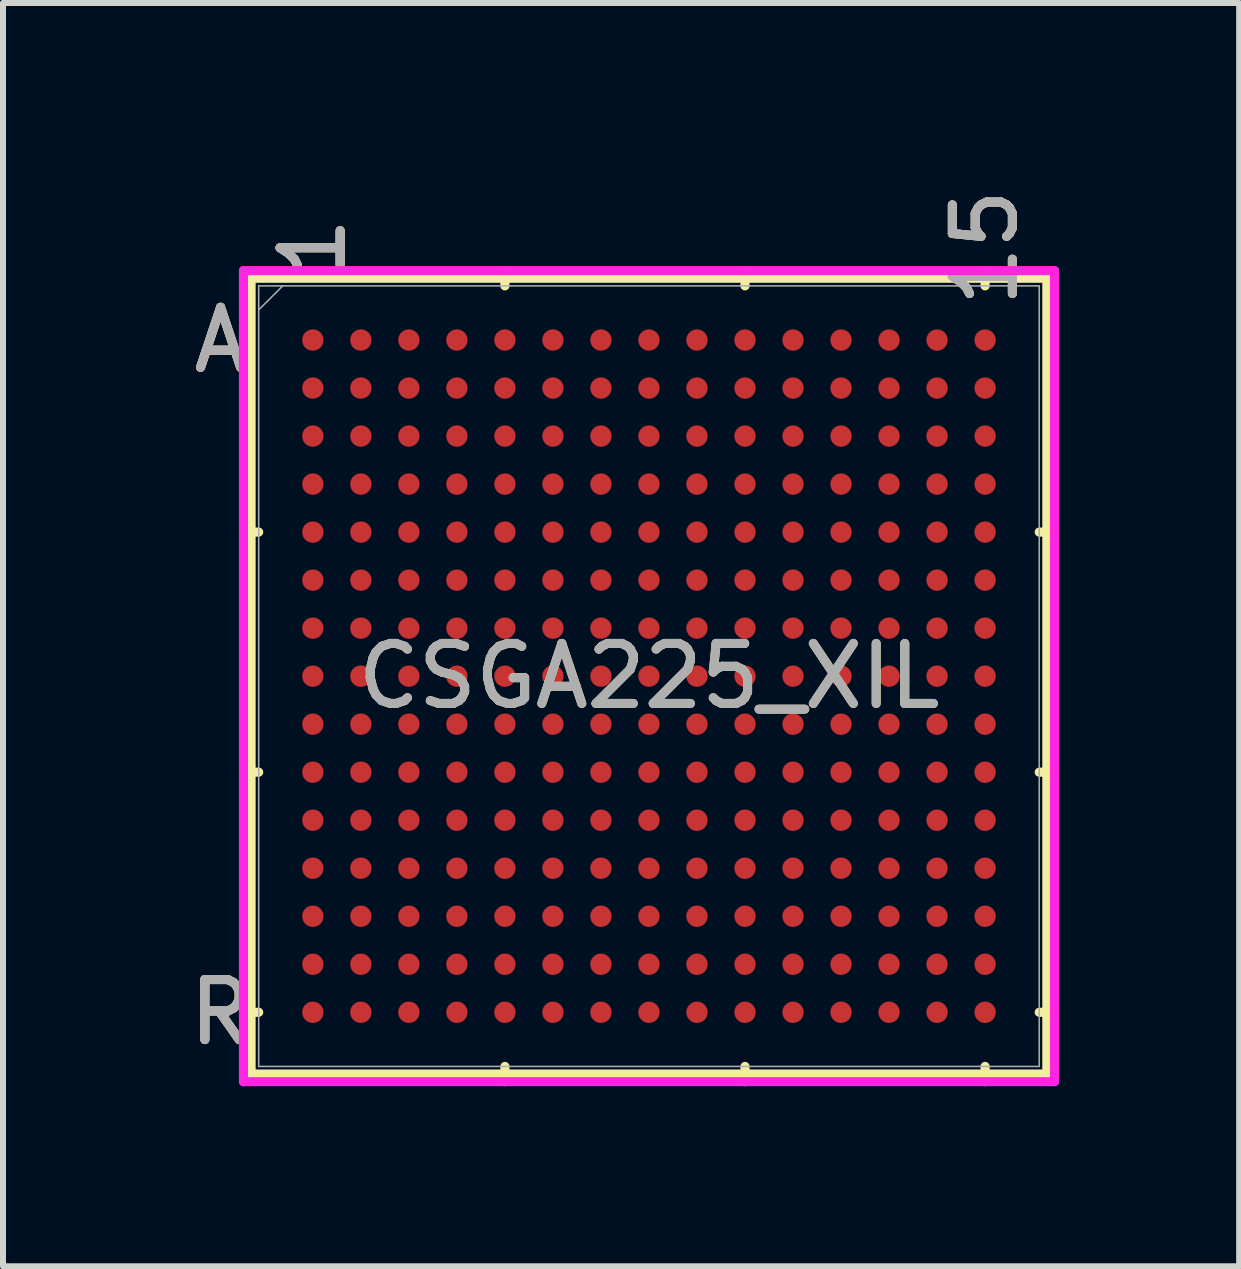
<source format=kicad_pcb>
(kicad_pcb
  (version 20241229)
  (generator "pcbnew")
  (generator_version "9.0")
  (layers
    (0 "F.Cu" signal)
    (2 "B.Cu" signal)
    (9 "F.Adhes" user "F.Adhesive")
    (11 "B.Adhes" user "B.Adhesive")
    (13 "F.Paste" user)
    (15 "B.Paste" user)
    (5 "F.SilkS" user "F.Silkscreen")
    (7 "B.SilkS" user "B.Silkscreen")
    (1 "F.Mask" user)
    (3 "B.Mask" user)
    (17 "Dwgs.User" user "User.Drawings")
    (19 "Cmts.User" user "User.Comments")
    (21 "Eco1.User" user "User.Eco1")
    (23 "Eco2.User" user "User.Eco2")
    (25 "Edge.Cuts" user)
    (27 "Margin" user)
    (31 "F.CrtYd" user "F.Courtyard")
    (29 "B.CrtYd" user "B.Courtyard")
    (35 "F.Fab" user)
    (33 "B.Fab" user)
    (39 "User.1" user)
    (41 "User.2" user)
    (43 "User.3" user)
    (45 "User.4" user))
  (footprint "CSGA225_XIL"
    (layer "F.Cu")
    (at 7.762 8.215)
    (property "Reference" "CSGA225_XIL" (at 0 0 0) (unlocked yes) (layer "F.SilkS") (effects (font (size 1 1) (thickness 0.15))))
    (attr smd)
    (fp_line (start -6.629 -6.629) (end -6.629 6.629) (stroke (width 0.152) (type solid)) (layer "F.SilkS"))
    (fp_line (start -6.629 6.629) (end 6.629 6.629) (stroke (width 0.152) (type solid)) (layer "F.SilkS"))
    (fp_line (start -6.502 -2.4) (end -6.756 -2.4) (stroke (width 0.152) (type solid)) (layer "F.SilkS"))
    (fp_line (start -6.502 1.6) (end -6.756 1.6) (stroke (width 0.152) (type solid)) (layer "F.SilkS"))
    (fp_line (start -6.502 5.6) (end -6.756 5.6) (stroke (width 0.152) (type solid)) (layer "F.SilkS"))
    (fp_line (start -2.4 -6.502) (end -2.4 -6.756) (stroke (width 0.152) (type solid)) (layer "F.SilkS"))
    (fp_line (start -2.4 6.502) (end -2.4 6.756) (stroke (width 0.152) (type solid)) (layer "F.SilkS"))
    (fp_line (start 1.6 -6.502) (end 1.6 -6.756) (stroke (width 0.152) (type solid)) (layer "F.SilkS"))
    (fp_line (start 1.6 6.502) (end 1.6 6.756) (stroke (width 0.152) (type solid)) (layer "F.SilkS"))
    (fp_line (start 5.6 -6.502) (end 5.6 -6.756) (stroke (width 0.152) (type solid)) (layer "F.SilkS"))
    (fp_line (start 5.6 6.502) (end 5.6 6.756) (stroke (width 0.152) (type solid)) (layer "F.SilkS"))
    (fp_line (start 6.502 -2.4) (end 6.756 -2.4) (stroke (width 0.152) (type solid)) (layer "F.SilkS"))
    (fp_line (start 6.502 1.6) (end 6.756 1.6) (stroke (width 0.152) (type solid)) (layer "F.SilkS"))
    (fp_line (start 6.502 5.6) (end 6.756 5.6) (stroke (width 0.152) (type solid)) (layer "F.SilkS"))
    (fp_line (start 6.629 -6.629) (end -6.629 -6.629) (stroke (width 0.152) (type solid)) (layer "F.SilkS"))
    (fp_line (start 6.629 6.629) (end 6.629 -6.629) (stroke (width 0.152) (type solid)) (layer "F.SilkS"))
    (fp_poly (pts (xy -6.444 -6.444) (xy 6.444 -6.444) (xy 6.444 6.444) (xy -6.444 6.444)) (stroke (width 0.1) (type solid)) (fill no) (layer "Eco2.User"))
    (fp_line (start -6.756 -6.756) (end 6.756 -6.756) (stroke (width 0.152) (type solid)) (layer "F.CrtYd"))
    (fp_line (start -6.756 6.756) (end -6.756 -6.756) (stroke (width 0.152) (type solid)) (layer "F.CrtYd"))
    (fp_line (start 6.756 -6.756) (end 6.756 6.756) (stroke (width 0.152) (type solid)) (layer "F.CrtYd"))
    (fp_line (start 6.756 6.756) (end -6.756 6.756) (stroke (width 0.152) (type solid)) (layer "F.CrtYd"))
    (fp_line (start -6.502 -6.502) (end -6.502 6.502) (stroke (width 0.025) (type solid)) (layer "F.Fab"))
    (fp_line (start -6.502 6.502) (end 6.502 6.502) (stroke (width 0.025) (type solid)) (layer "F.Fab"))
    (fp_line (start -6.102 -6.502) (end -6.502 -6.102) (stroke (width 0.025) (type solid)) (layer "F.Fab"))
    (fp_line (start 6.502 -6.502) (end -6.502 -6.502) (stroke (width 0.025) (type solid)) (layer "F.Fab"))
    (fp_line (start 6.502 6.502) (end 6.502 -6.502) (stroke (width 0.025) (type solid)) (layer "F.Fab"))
    (fp_text user "1" (at -5.6 -7.137 90) (unlocked yes) (layer "F.SilkS") (effects (font (size 1 1) (thickness 0.15))))
    (fp_text user "15" (at 5.6 -7.137 90) (unlocked yes) (layer "F.SilkS") (effects (font (size 1 1) (thickness 0.15))))
    (fp_text user "A" (at -7.137 -5.6 0) (unlocked yes) (layer "F.SilkS") (effects (font (size 1 1) (thickness 0.15))))
    (fp_text user "R" (at -7.137 5.6 0) (unlocked yes) (layer "F.SilkS") (effects (font (size 1 1) (thickness 0.15))))
    (fp_text user "1" (at -5.6 -7.137 90) (unlocked yes) (layer "B.SilkS") (effects (font (size 1 1) (thickness 0.15))))
    (fp_text user "15" (at 5.6 -7.137 90) (unlocked yes) (layer "B.SilkS") (effects (font (size 1 1) (thickness 0.15))))
    (fp_text user "A" (at -7.137 -5.6 0) (unlocked yes) (layer "B.SilkS") (effects (font (size 1 1) (thickness 0.15))))
    (fp_text user "R" (at -7.137 5.6 0) (unlocked yes) (layer "B.SilkS") (effects (font (size 1 1) (thickness 0.15))))
    (fp_text user "A" (at -7.137 -5.6 0) (unlocked yes) (layer "F.Fab") (effects (font (size 1 1) (thickness 0.15))))
    (fp_text user "R" (at -7.137 5.6 0) (unlocked yes) (layer "F.Fab") (effects (font (size 1 1) (thickness 0.15))))
    (fp_text user "${REFERENCE}" (at 0 0 0) (unlocked yes) (layer "F.Fab") (effects (font (size 1 1) (thickness 0.15))))
    (fp_text user "1" (at -5.6 -7.137 90) (unlocked yes) (layer "F.Fab") (effects (font (size 1 1) (thickness 0.15))))
    (fp_text user "15" (at 5.6 -7.137 90) (unlocked yes) (layer "F.Fab") (effects (font (size 1 1) (thickness 0.15))))
    (pad "A1" smd circle (at -5.6 -5.6) (size 0.356 0.356) (layers "F.Cu" "F.Mask" "F.Paste"))
    (pad "A2" smd circle (at -4.8 -5.6) (size 0.356 0.356) (layers "F.Cu" "F.Mask" "F.Paste"))
    (pad "A3" smd circle (at -4 -5.6) (size 0.356 0.356) (layers "F.Cu" "F.Mask" "F.Paste"))
    (pad "A4" smd circle (at -3.2 -5.6) (size 0.356 0.356) (layers "F.Cu" "F.Mask" "F.Paste"))
    (pad "A5" smd circle (at -2.4 -5.6) (size 0.356 0.356) (layers "F.Cu" "F.Mask" "F.Paste"))
    (pad "A6" smd circle (at -1.6 -5.6) (size 0.356 0.356) (layers "F.Cu" "F.Mask" "F.Paste"))
    (pad "A7" smd circle (at -0.8 -5.6) (size 0.356 0.356) (layers "F.Cu" "F.Mask" "F.Paste"))
    (pad "A8" smd circle (at 0 -5.6) (size 0.356 0.356) (layers "F.Cu" "F.Mask" "F.Paste"))
    (pad "A9" smd circle (at 0.8 -5.6) (size 0.356 0.356) (layers "F.Cu" "F.Mask" "F.Paste"))
    (pad "A10" smd circle (at 1.6 -5.6) (size 0.356 0.356) (layers "F.Cu" "F.Mask" "F.Paste"))
    (pad "A11" smd circle (at 2.4 -5.6) (size 0.356 0.356) (layers "F.Cu" "F.Mask" "F.Paste"))
    (pad "A12" smd circle (at 3.2 -5.6) (size 0.356 0.356) (layers "F.Cu" "F.Mask" "F.Paste"))
    (pad "A13" smd circle (at 4 -5.6) (size 0.356 0.356) (layers "F.Cu" "F.Mask" "F.Paste"))
    (pad "A14" smd circle (at 4.8 -5.6) (size 0.356 0.356) (layers "F.Cu" "F.Mask" "F.Paste"))
    (pad "A15" smd circle (at 5.6 -5.6) (size 0.356 0.356) (layers "F.Cu" "F.Mask" "F.Paste"))
    (pad "B1" smd circle (at -5.6 -4.8) (size 0.356 0.356) (layers "F.Cu" "F.Mask" "F.Paste"))
    (pad "B2" smd circle (at -4.8 -4.8) (size 0.356 0.356) (layers "F.Cu" "F.Mask" "F.Paste"))
    (pad "B3" smd circle (at -4 -4.8) (size 0.356 0.356) (layers "F.Cu" "F.Mask" "F.Paste"))
    (pad "B4" smd circle (at -3.2 -4.8) (size 0.356 0.356) (layers "F.Cu" "F.Mask" "F.Paste"))
    (pad "B5" smd circle (at -2.4 -4.8) (size 0.356 0.356) (layers "F.Cu" "F.Mask" "F.Paste"))
    (pad "B6" smd circle (at -1.6 -4.8) (size 0.356 0.356) (layers "F.Cu" "F.Mask" "F.Paste"))
    (pad "B7" smd circle (at -0.8 -4.8) (size 0.356 0.356) (layers "F.Cu" "F.Mask" "F.Paste"))
    (pad "B8" smd circle (at 0 -4.8) (size 0.356 0.356) (layers "F.Cu" "F.Mask" "F.Paste"))
    (pad "B9" smd circle (at 0.8 -4.8) (size 0.356 0.356) (layers "F.Cu" "F.Mask" "F.Paste"))
    (pad "B10" smd circle (at 1.6 -4.8) (size 0.356 0.356) (layers "F.Cu" "F.Mask" "F.Paste"))
    (pad "B11" smd circle (at 2.4 -4.8) (size 0.356 0.356) (layers "F.Cu" "F.Mask" "F.Paste"))
    (pad "B12" smd circle (at 3.2 -4.8) (size 0.356 0.356) (layers "F.Cu" "F.Mask" "F.Paste"))
    (pad "B13" smd circle (at 4 -4.8) (size 0.356 0.356) (layers "F.Cu" "F.Mask" "F.Paste"))
    (pad "B14" smd circle (at 4.8 -4.8) (size 0.356 0.356) (layers "F.Cu" "F.Mask" "F.Paste"))
    (pad "B15" smd circle (at 5.6 -4.8) (size 0.356 0.356) (layers "F.Cu" "F.Mask" "F.Paste"))
    (pad "C1" smd circle (at -5.6 -4) (size 0.356 0.356) (layers "F.Cu" "F.Mask" "F.Paste"))
    (pad "C2" smd circle (at -4.8 -4) (size 0.356 0.356) (layers "F.Cu" "F.Mask" "F.Paste"))
    (pad "C3" smd circle (at -4 -4) (size 0.356 0.356) (layers "F.Cu" "F.Mask" "F.Paste"))
    (pad "C4" smd circle (at -3.2 -4) (size 0.356 0.356) (layers "F.Cu" "F.Mask" "F.Paste"))
    (pad "C5" smd circle (at -2.4 -4) (size 0.356 0.356) (layers "F.Cu" "F.Mask" "F.Paste"))
    (pad "C6" smd circle (at -1.6 -4) (size 0.356 0.356) (layers "F.Cu" "F.Mask" "F.Paste"))
    (pad "C7" smd circle (at -0.8 -4) (size 0.356 0.356) (layers "F.Cu" "F.Mask" "F.Paste"))
    (pad "C8" smd circle (at 0 -4) (size 0.356 0.356) (layers "F.Cu" "F.Mask" "F.Paste"))
    (pad "C9" smd circle (at 0.8 -4) (size 0.356 0.356) (layers "F.Cu" "F.Mask" "F.Paste"))
    (pad "C10" smd circle (at 1.6 -4) (size 0.356 0.356) (layers "F.Cu" "F.Mask" "F.Paste"))
    (pad "C11" smd circle (at 2.4 -4) (size 0.356 0.356) (layers "F.Cu" "F.Mask" "F.Paste"))
    (pad "C12" smd circle (at 3.2 -4) (size 0.356 0.356) (layers "F.Cu" "F.Mask" "F.Paste"))
    (pad "C13" smd circle (at 4 -4) (size 0.356 0.356) (layers "F.Cu" "F.Mask" "F.Paste"))
    (pad "C14" smd circle (at 4.8 -4) (size 0.356 0.356) (layers "F.Cu" "F.Mask" "F.Paste"))
    (pad "C15" smd circle (at 5.6 -4) (size 0.356 0.356) (layers "F.Cu" "F.Mask" "F.Paste"))
    (pad "D1" smd circle (at -5.6 -3.2) (size 0.356 0.356) (layers "F.Cu" "F.Mask" "F.Paste"))
    (pad "D2" smd circle (at -4.8 -3.2) (size 0.356 0.356) (layers "F.Cu" "F.Mask" "F.Paste"))
    (pad "D3" smd circle (at -4 -3.2) (size 0.356 0.356) (layers "F.Cu" "F.Mask" "F.Paste"))
    (pad "D4" smd circle (at -3.2 -3.2) (size 0.356 0.356) (layers "F.Cu" "F.Mask" "F.Paste"))
    (pad "D5" smd circle (at -2.4 -3.2) (size 0.356 0.356) (layers "F.Cu" "F.Mask" "F.Paste"))
    (pad "D6" smd circle (at -1.6 -3.2) (size 0.356 0.356) (layers "F.Cu" "F.Mask" "F.Paste"))
    (pad "D7" smd circle (at -0.8 -3.2) (size 0.356 0.356) (layers "F.Cu" "F.Mask" "F.Paste"))
    (pad "D8" smd circle (at 0 -3.2) (size 0.356 0.356) (layers "F.Cu" "F.Mask" "F.Paste"))
    (pad "D9" smd circle (at 0.8 -3.2) (size 0.356 0.356) (layers "F.Cu" "F.Mask" "F.Paste"))
    (pad "D10" smd circle (at 1.6 -3.2) (size 0.356 0.356) (layers "F.Cu" "F.Mask" "F.Paste"))
    (pad "D11" smd circle (at 2.4 -3.2) (size 0.356 0.356) (layers "F.Cu" "F.Mask" "F.Paste"))
    (pad "D12" smd circle (at 3.2 -3.2) (size 0.356 0.356) (layers "F.Cu" "F.Mask" "F.Paste"))
    (pad "D13" smd circle (at 4 -3.2) (size 0.356 0.356) (layers "F.Cu" "F.Mask" "F.Paste"))
    (pad "D14" smd circle (at 4.8 -3.2) (size 0.356 0.356) (layers "F.Cu" "F.Mask" "F.Paste"))
    (pad "D15" smd circle (at 5.6 -3.2) (size 0.356 0.356) (layers "F.Cu" "F.Mask" "F.Paste"))
    (pad "E1" smd circle (at -5.6 -2.4) (size 0.356 0.356) (layers "F.Cu" "F.Mask" "F.Paste"))
    (pad "E2" smd circle (at -4.8 -2.4) (size 0.356 0.356) (layers "F.Cu" "F.Mask" "F.Paste"))
    (pad "E3" smd circle (at -4 -2.4) (size 0.356 0.356) (layers "F.Cu" "F.Mask" "F.Paste"))
    (pad "E4" smd circle (at -3.2 -2.4) (size 0.356 0.356) (layers "F.Cu" "F.Mask" "F.Paste"))
    (pad "E5" smd circle (at -2.4 -2.4) (size 0.356 0.356) (layers "F.Cu" "F.Mask" "F.Paste"))
    (pad "E6" smd circle (at -1.6 -2.4) (size 0.356 0.356) (layers "F.Cu" "F.Mask" "F.Paste"))
    (pad "E7" smd circle (at -0.8 -2.4) (size 0.356 0.356) (layers "F.Cu" "F.Mask" "F.Paste"))
    (pad "E8" smd circle (at 0 -2.4) (size 0.356 0.356) (layers "F.Cu" "F.Mask" "F.Paste"))
    (pad "E9" smd circle (at 0.8 -2.4) (size 0.356 0.356) (layers "F.Cu" "F.Mask" "F.Paste"))
    (pad "E10" smd circle (at 1.6 -2.4) (size 0.356 0.356) (layers "F.Cu" "F.Mask" "F.Paste"))
    (pad "E11" smd circle (at 2.4 -2.4) (size 0.356 0.356) (layers "F.Cu" "F.Mask" "F.Paste"))
    (pad "E12" smd circle (at 3.2 -2.4) (size 0.356 0.356) (layers "F.Cu" "F.Mask" "F.Paste"))
    (pad "E13" smd circle (at 4 -2.4) (size 0.356 0.356) (layers "F.Cu" "F.Mask" "F.Paste"))
    (pad "E14" smd circle (at 4.8 -2.4) (size 0.356 0.356) (layers "F.Cu" "F.Mask" "F.Paste"))
    (pad "E15" smd circle (at 5.6 -2.4) (size 0.356 0.356) (layers "F.Cu" "F.Mask" "F.Paste"))
    (pad "F1" smd circle (at -5.6 -1.6) (size 0.356 0.356) (layers "F.Cu" "F.Mask" "F.Paste"))
    (pad "F2" smd circle (at -4.8 -1.6) (size 0.356 0.356) (layers "F.Cu" "F.Mask" "F.Paste"))
    (pad "F3" smd circle (at -4 -1.6) (size 0.356 0.356) (layers "F.Cu" "F.Mask" "F.Paste"))
    (pad "F4" smd circle (at -3.2 -1.6) (size 0.356 0.356) (layers "F.Cu" "F.Mask" "F.Paste"))
    (pad "F5" smd circle (at -2.4 -1.6) (size 0.356 0.356) (layers "F.Cu" "F.Mask" "F.Paste"))
    (pad "F6" smd circle (at -1.6 -1.6) (size 0.356 0.356) (layers "F.Cu" "F.Mask" "F.Paste"))
    (pad "F7" smd circle (at -0.8 -1.6) (size 0.356 0.356) (layers "F.Cu" "F.Mask" "F.Paste"))
    (pad "F8" smd circle (at 0 -1.6) (size 0.356 0.356) (layers "F.Cu" "F.Mask" "F.Paste"))
    (pad "F9" smd circle (at 0.8 -1.6) (size 0.356 0.356) (layers "F.Cu" "F.Mask" "F.Paste"))
    (pad "F10" smd circle (at 1.6 -1.6) (size 0.356 0.356) (layers "F.Cu" "F.Mask" "F.Paste"))
    (pad "F11" smd circle (at 2.4 -1.6) (size 0.356 0.356) (layers "F.Cu" "F.Mask" "F.Paste"))
    (pad "F12" smd circle (at 3.2 -1.6) (size 0.356 0.356) (layers "F.Cu" "F.Mask" "F.Paste"))
    (pad "F13" smd circle (at 4 -1.6) (size 0.356 0.356) (layers "F.Cu" "F.Mask" "F.Paste"))
    (pad "F14" smd circle (at 4.8 -1.6) (size 0.356 0.356) (layers "F.Cu" "F.Mask" "F.Paste"))
    (pad "F15" smd circle (at 5.6 -1.6) (size 0.356 0.356) (layers "F.Cu" "F.Mask" "F.Paste"))
    (pad "G1" smd circle (at -5.6 -0.8) (size 0.356 0.356) (layers "F.Cu" "F.Mask" "F.Paste"))
    (pad "G2" smd circle (at -4.8 -0.8) (size 0.356 0.356) (layers "F.Cu" "F.Mask" "F.Paste"))
    (pad "G3" smd circle (at -4 -0.8) (size 0.356 0.356) (layers "F.Cu" "F.Mask" "F.Paste"))
    (pad "G4" smd circle (at -3.2 -0.8) (size 0.356 0.356) (layers "F.Cu" "F.Mask" "F.Paste"))
    (pad "G5" smd circle (at -2.4 -0.8) (size 0.356 0.356) (layers "F.Cu" "F.Mask" "F.Paste"))
    (pad "G6" smd circle (at -1.6 -0.8) (size 0.356 0.356) (layers "F.Cu" "F.Mask" "F.Paste"))
    (pad "G7" smd circle (at -0.8 -0.8) (size 0.356 0.356) (layers "F.Cu" "F.Mask" "F.Paste"))
    (pad "G8" smd circle (at 0 -0.8) (size 0.356 0.356) (layers "F.Cu" "F.Mask" "F.Paste"))
    (pad "G9" smd circle (at 0.8 -0.8) (size 0.356 0.356) (layers "F.Cu" "F.Mask" "F.Paste"))
    (pad "G10" smd circle (at 1.6 -0.8) (size 0.356 0.356) (layers "F.Cu" "F.Mask" "F.Paste"))
    (pad "G11" smd circle (at 2.4 -0.8) (size 0.356 0.356) (layers "F.Cu" "F.Mask" "F.Paste"))
    (pad "G12" smd circle (at 3.2 -0.8) (size 0.356 0.356) (layers "F.Cu" "F.Mask" "F.Paste"))
    (pad "G13" smd circle (at 4 -0.8) (size 0.356 0.356) (layers "F.Cu" "F.Mask" "F.Paste"))
    (pad "G14" smd circle (at 4.8 -0.8) (size 0.356 0.356) (layers "F.Cu" "F.Mask" "F.Paste"))
    (pad "G15" smd circle (at 5.6 -0.8) (size 0.356 0.356) (layers "F.Cu" "F.Mask" "F.Paste"))
    (pad "H1" smd circle (at -5.6 0) (size 0.356 0.356) (layers "F.Cu" "F.Mask" "F.Paste"))
    (pad "H2" smd circle (at -4.8 0) (size 0.356 0.356) (layers "F.Cu" "F.Mask" "F.Paste"))
    (pad "H3" smd circle (at -4 0) (size 0.356 0.356) (layers "F.Cu" "F.Mask" "F.Paste"))
    (pad "H4" smd circle (at -3.2 0) (size 0.356 0.356) (layers "F.Cu" "F.Mask" "F.Paste"))
    (pad "H5" smd circle (at -2.4 0) (size 0.356 0.356) (layers "F.Cu" "F.Mask" "F.Paste"))
    (pad "H6" smd circle (at -1.6 0) (size 0.356 0.356) (layers "F.Cu" "F.Mask" "F.Paste"))
    (pad "H7" smd circle (at -0.8 0) (size 0.356 0.356) (layers "F.Cu" "F.Mask" "F.Paste"))
    (pad "H8" smd circle (at 0 0) (size 0.356 0.356) (layers "F.Cu" "F.Mask" "F.Paste"))
    (pad "H9" smd circle (at 0.8 0) (size 0.356 0.356) (layers "F.Cu" "F.Mask" "F.Paste"))
    (pad "H10" smd circle (at 1.6 0) (size 0.356 0.356) (layers "F.Cu" "F.Mask" "F.Paste"))
    (pad "H11" smd circle (at 2.4 0) (size 0.356 0.356) (layers "F.Cu" "F.Mask" "F.Paste"))
    (pad "H12" smd circle (at 3.2 0) (size 0.356 0.356) (layers "F.Cu" "F.Mask" "F.Paste"))
    (pad "H13" smd circle (at 4 0) (size 0.356 0.356) (layers "F.Cu" "F.Mask" "F.Paste"))
    (pad "H14" smd circle (at 4.8 0) (size 0.356 0.356) (layers "F.Cu" "F.Mask" "F.Paste"))
    (pad "H15" smd circle (at 5.6 0) (size 0.356 0.356) (layers "F.Cu" "F.Mask" "F.Paste"))
    (pad "J1" smd circle (at -5.6 0.8) (size 0.356 0.356) (layers "F.Cu" "F.Mask" "F.Paste"))
    (pad "J2" smd circle (at -4.8 0.8) (size 0.356 0.356) (layers "F.Cu" "F.Mask" "F.Paste"))
    (pad "J3" smd circle (at -4 0.8) (size 0.356 0.356) (layers "F.Cu" "F.Mask" "F.Paste"))
    (pad "J4" smd circle (at -3.2 0.8) (size 0.356 0.356) (layers "F.Cu" "F.Mask" "F.Paste"))
    (pad "J5" smd circle (at -2.4 0.8) (size 0.356 0.356) (layers "F.Cu" "F.Mask" "F.Paste"))
    (pad "J6" smd circle (at -1.6 0.8) (size 0.356 0.356) (layers "F.Cu" "F.Mask" "F.Paste"))
    (pad "J7" smd circle (at -0.8 0.8) (size 0.356 0.356) (layers "F.Cu" "F.Mask" "F.Paste"))
    (pad "J8" smd circle (at 0 0.8) (size 0.356 0.356) (layers "F.Cu" "F.Mask" "F.Paste"))
    (pad "J9" smd circle (at 0.8 0.8) (size 0.356 0.356) (layers "F.Cu" "F.Mask" "F.Paste"))
    (pad "J10" smd circle (at 1.6 0.8) (size 0.356 0.356) (layers "F.Cu" "F.Mask" "F.Paste"))
    (pad "J11" smd circle (at 2.4 0.8) (size 0.356 0.356) (layers "F.Cu" "F.Mask" "F.Paste"))
    (pad "J12" smd circle (at 3.2 0.8) (size 0.356 0.356) (layers "F.Cu" "F.Mask" "F.Paste"))
    (pad "J13" smd circle (at 4 0.8) (size 0.356 0.356) (layers "F.Cu" "F.Mask" "F.Paste"))
    (pad "J14" smd circle (at 4.8 0.8) (size 0.356 0.356) (layers "F.Cu" "F.Mask" "F.Paste"))
    (pad "J15" smd circle (at 5.6 0.8) (size 0.356 0.356) (layers "F.Cu" "F.Mask" "F.Paste"))
    (pad "K1" smd circle (at -5.6 1.6) (size 0.356 0.356) (layers "F.Cu" "F.Mask" "F.Paste"))
    (pad "K2" smd circle (at -4.8 1.6) (size 0.356 0.356) (layers "F.Cu" "F.Mask" "F.Paste"))
    (pad "K3" smd circle (at -4 1.6) (size 0.356 0.356) (layers "F.Cu" "F.Mask" "F.Paste"))
    (pad "K4" smd circle (at -3.2 1.6) (size 0.356 0.356) (layers "F.Cu" "F.Mask" "F.Paste"))
    (pad "K5" smd circle (at -2.4 1.6) (size 0.356 0.356) (layers "F.Cu" "F.Mask" "F.Paste"))
    (pad "K6" smd circle (at -1.6 1.6) (size 0.356 0.356) (layers "F.Cu" "F.Mask" "F.Paste"))
    (pad "K7" smd circle (at -0.8 1.6) (size 0.356 0.356) (layers "F.Cu" "F.Mask" "F.Paste"))
    (pad "K8" smd circle (at 0 1.6) (size 0.356 0.356) (layers "F.Cu" "F.Mask" "F.Paste"))
    (pad "K9" smd circle (at 0.8 1.6) (size 0.356 0.356) (layers "F.Cu" "F.Mask" "F.Paste"))
    (pad "K10" smd circle (at 1.6 1.6) (size 0.356 0.356) (layers "F.Cu" "F.Mask" "F.Paste"))
    (pad "K11" smd circle (at 2.4 1.6) (size 0.356 0.356) (layers "F.Cu" "F.Mask" "F.Paste"))
    (pad "K12" smd circle (at 3.2 1.6) (size 0.356 0.356) (layers "F.Cu" "F.Mask" "F.Paste"))
    (pad "K13" smd circle (at 4 1.6) (size 0.356 0.356) (layers "F.Cu" "F.Mask" "F.Paste"))
    (pad "K14" smd circle (at 4.8 1.6) (size 0.356 0.356) (layers "F.Cu" "F.Mask" "F.Paste"))
    (pad "K15" smd circle (at 5.6 1.6) (size 0.356 0.356) (layers "F.Cu" "F.Mask" "F.Paste"))
    (pad "L1" smd circle (at -5.6 2.4) (size 0.356 0.356) (layers "F.Cu" "F.Mask" "F.Paste"))
    (pad "L2" smd circle (at -4.8 2.4) (size 0.356 0.356) (layers "F.Cu" "F.Mask" "F.Paste"))
    (pad "L3" smd circle (at -4 2.4) (size 0.356 0.356) (layers "F.Cu" "F.Mask" "F.Paste"))
    (pad "L4" smd circle (at -3.2 2.4) (size 0.356 0.356) (layers "F.Cu" "F.Mask" "F.Paste"))
    (pad "L5" smd circle (at -2.4 2.4) (size 0.356 0.356) (layers "F.Cu" "F.Mask" "F.Paste"))
    (pad "L6" smd circle (at -1.6 2.4) (size 0.356 0.356) (layers "F.Cu" "F.Mask" "F.Paste"))
    (pad "L7" smd circle (at -0.8 2.4) (size 0.356 0.356) (layers "F.Cu" "F.Mask" "F.Paste"))
    (pad "L8" smd circle (at 0 2.4) (size 0.356 0.356) (layers "F.Cu" "F.Mask" "F.Paste"))
    (pad "L9" smd circle (at 0.8 2.4) (size 0.356 0.356) (layers "F.Cu" "F.Mask" "F.Paste"))
    (pad "L10" smd circle (at 1.6 2.4) (size 0.356 0.356) (layers "F.Cu" "F.Mask" "F.Paste"))
    (pad "L11" smd circle (at 2.4 2.4) (size 0.356 0.356) (layers "F.Cu" "F.Mask" "F.Paste"))
    (pad "L12" smd circle (at 3.2 2.4) (size 0.356 0.356) (layers "F.Cu" "F.Mask" "F.Paste"))
    (pad "L13" smd circle (at 4 2.4) (size 0.356 0.356) (layers "F.Cu" "F.Mask" "F.Paste"))
    (pad "L14" smd circle (at 4.8 2.4) (size 0.356 0.356) (layers "F.Cu" "F.Mask" "F.Paste"))
    (pad "L15" smd circle (at 5.6 2.4) (size 0.356 0.356) (layers "F.Cu" "F.Mask" "F.Paste"))
    (pad "M1" smd circle (at -5.6 3.2) (size 0.356 0.356) (layers "F.Cu" "F.Mask" "F.Paste"))
    (pad "M2" smd circle (at -4.8 3.2) (size 0.356 0.356) (layers "F.Cu" "F.Mask" "F.Paste"))
    (pad "M3" smd circle (at -4 3.2) (size 0.356 0.356) (layers "F.Cu" "F.Mask" "F.Paste"))
    (pad "M4" smd circle (at -3.2 3.2) (size 0.356 0.356) (layers "F.Cu" "F.Mask" "F.Paste"))
    (pad "M5" smd circle (at -2.4 3.2) (size 0.356 0.356) (layers "F.Cu" "F.Mask" "F.Paste"))
    (pad "M6" smd circle (at -1.6 3.2) (size 0.356 0.356) (layers "F.Cu" "F.Mask" "F.Paste"))
    (pad "M7" smd circle (at -0.8 3.2) (size 0.356 0.356) (layers "F.Cu" "F.Mask" "F.Paste"))
    (pad "M8" smd circle (at 0 3.2) (size 0.356 0.356) (layers "F.Cu" "F.Mask" "F.Paste"))
    (pad "M9" smd circle (at 0.8 3.2) (size 0.356 0.356) (layers "F.Cu" "F.Mask" "F.Paste"))
    (pad "M10" smd circle (at 1.6 3.2) (size 0.356 0.356) (layers "F.Cu" "F.Mask" "F.Paste"))
    (pad "M11" smd circle (at 2.4 3.2) (size 0.356 0.356) (layers "F.Cu" "F.Mask" "F.Paste"))
    (pad "M12" smd circle (at 3.2 3.2) (size 0.356 0.356) (layers "F.Cu" "F.Mask" "F.Paste"))
    (pad "M13" smd circle (at 4 3.2) (size 0.356 0.356) (layers "F.Cu" "F.Mask" "F.Paste"))
    (pad "M14" smd circle (at 4.8 3.2) (size 0.356 0.356) (layers "F.Cu" "F.Mask" "F.Paste"))
    (pad "M15" smd circle (at 5.6 3.2) (size 0.356 0.356) (layers "F.Cu" "F.Mask" "F.Paste"))
    (pad "N1" smd circle (at -5.6 4) (size 0.356 0.356) (layers "F.Cu" "F.Mask" "F.Paste"))
    (pad "N2" smd circle (at -4.8 4) (size 0.356 0.356) (layers "F.Cu" "F.Mask" "F.Paste"))
    (pad "N3" smd circle (at -4 4) (size 0.356 0.356) (layers "F.Cu" "F.Mask" "F.Paste"))
    (pad "N4" smd circle (at -3.2 4) (size 0.356 0.356) (layers "F.Cu" "F.Mask" "F.Paste"))
    (pad "N5" smd circle (at -2.4 4) (size 0.356 0.356) (layers "F.Cu" "F.Mask" "F.Paste"))
    (pad "N6" smd circle (at -1.6 4) (size 0.356 0.356) (layers "F.Cu" "F.Mask" "F.Paste"))
    (pad "N7" smd circle (at -0.8 4) (size 0.356 0.356) (layers "F.Cu" "F.Mask" "F.Paste"))
    (pad "N8" smd circle (at 0 4) (size 0.356 0.356) (layers "F.Cu" "F.Mask" "F.Paste"))
    (pad "N9" smd circle (at 0.8 4) (size 0.356 0.356) (layers "F.Cu" "F.Mask" "F.Paste"))
    (pad "N10" smd circle (at 1.6 4) (size 0.356 0.356) (layers "F.Cu" "F.Mask" "F.Paste"))
    (pad "N11" smd circle (at 2.4 4) (size 0.356 0.356) (layers "F.Cu" "F.Mask" "F.Paste"))
    (pad "N12" smd circle (at 3.2 4) (size 0.356 0.356) (layers "F.Cu" "F.Mask" "F.Paste"))
    (pad "N13" smd circle (at 4 4) (size 0.356 0.356) (layers "F.Cu" "F.Mask" "F.Paste"))
    (pad "N14" smd circle (at 4.8 4) (size 0.356 0.356) (layers "F.Cu" "F.Mask" "F.Paste"))
    (pad "N15" smd circle (at 5.6 4) (size 0.356 0.356) (layers "F.Cu" "F.Mask" "F.Paste"))
    (pad "P1" smd circle (at -5.6 4.8) (size 0.356 0.356) (layers "F.Cu" "F.Mask" "F.Paste"))
    (pad "P2" smd circle (at -4.8 4.8) (size 0.356 0.356) (layers "F.Cu" "F.Mask" "F.Paste"))
    (pad "P3" smd circle (at -4 4.8) (size 0.356 0.356) (layers "F.Cu" "F.Mask" "F.Paste"))
    (pad "P4" smd circle (at -3.2 4.8) (size 0.356 0.356) (layers "F.Cu" "F.Mask" "F.Paste"))
    (pad "P5" smd circle (at -2.4 4.8) (size 0.356 0.356) (layers "F.Cu" "F.Mask" "F.Paste"))
    (pad "P6" smd circle (at -1.6 4.8) (size 0.356 0.356) (layers "F.Cu" "F.Mask" "F.Paste"))
    (pad "P7" smd circle (at -0.8 4.8) (size 0.356 0.356) (layers "F.Cu" "F.Mask" "F.Paste"))
    (pad "P8" smd circle (at 0 4.8) (size 0.356 0.356) (layers "F.Cu" "F.Mask" "F.Paste"))
    (pad "P9" smd circle (at 0.8 4.8) (size 0.356 0.356) (layers "F.Cu" "F.Mask" "F.Paste"))
    (pad "P10" smd circle (at 1.6 4.8) (size 0.356 0.356) (layers "F.Cu" "F.Mask" "F.Paste"))
    (pad "P11" smd circle (at 2.4 4.8) (size 0.356 0.356) (layers "F.Cu" "F.Mask" "F.Paste"))
    (pad "P12" smd circle (at 3.2 4.8) (size 0.356 0.356) (layers "F.Cu" "F.Mask" "F.Paste"))
    (pad "P13" smd circle (at 4 4.8) (size 0.356 0.356) (layers "F.Cu" "F.Mask" "F.Paste"))
    (pad "P14" smd circle (at 4.8 4.8) (size 0.356 0.356) (layers "F.Cu" "F.Mask" "F.Paste"))
    (pad "P15" smd circle (at 5.6 4.8) (size 0.356 0.356) (layers "F.Cu" "F.Mask" "F.Paste"))
    (pad "R1" smd circle (at -5.6 5.6) (size 0.356 0.356) (layers "F.Cu" "F.Mask" "F.Paste"))
    (pad "R2" smd circle (at -4.8 5.6) (size 0.356 0.356) (layers "F.Cu" "F.Mask" "F.Paste"))
    (pad "R3" smd circle (at -4 5.6) (size 0.356 0.356) (layers "F.Cu" "F.Mask" "F.Paste"))
    (pad "R4" smd circle (at -3.2 5.6) (size 0.356 0.356) (layers "F.Cu" "F.Mask" "F.Paste"))
    (pad "R5" smd circle (at -2.4 5.6) (size 0.356 0.356) (layers "F.Cu" "F.Mask" "F.Paste"))
    (pad "R6" smd circle (at -1.6 5.6) (size 0.356 0.356) (layers "F.Cu" "F.Mask" "F.Paste"))
    (pad "R7" smd circle (at -0.8 5.6) (size 0.356 0.356) (layers "F.Cu" "F.Mask" "F.Paste"))
    (pad "R8" smd circle (at 0 5.6) (size 0.356 0.356) (layers "F.Cu" "F.Mask" "F.Paste"))
    (pad "R9" smd circle (at 0.8 5.6) (size 0.356 0.356) (layers "F.Cu" "F.Mask" "F.Paste"))
    (pad "R10" smd circle (at 1.6 5.6) (size 0.356 0.356) (layers "F.Cu" "F.Mask" "F.Paste"))
    (pad "R11" smd circle (at 2.4 5.6) (size 0.356 0.356) (layers "F.Cu" "F.Mask" "F.Paste"))
    (pad "R12" smd circle (at 3.2 5.6) (size 0.356 0.356) (layers "F.Cu" "F.Mask" "F.Paste"))
    (pad "R13" smd circle (at 4 5.6) (size 0.356 0.356) (layers "F.Cu" "F.Mask" "F.Paste"))
    (pad "R14" smd circle (at 4.8 5.6) (size 0.356 0.356) (layers "F.Cu" "F.Mask" "F.Paste"))
    (pad "R15" smd circle (at 5.6 5.6) (size 0.356 0.356) (layers "F.Cu" "F.Mask" "F.Paste")))
  (gr_rect
    (start -3 -3)
    (end 17.595 18.047)
    (stroke (width 0.1) (type default))
    (fill no)
    (layer "Edge.Cuts")))
</source>
